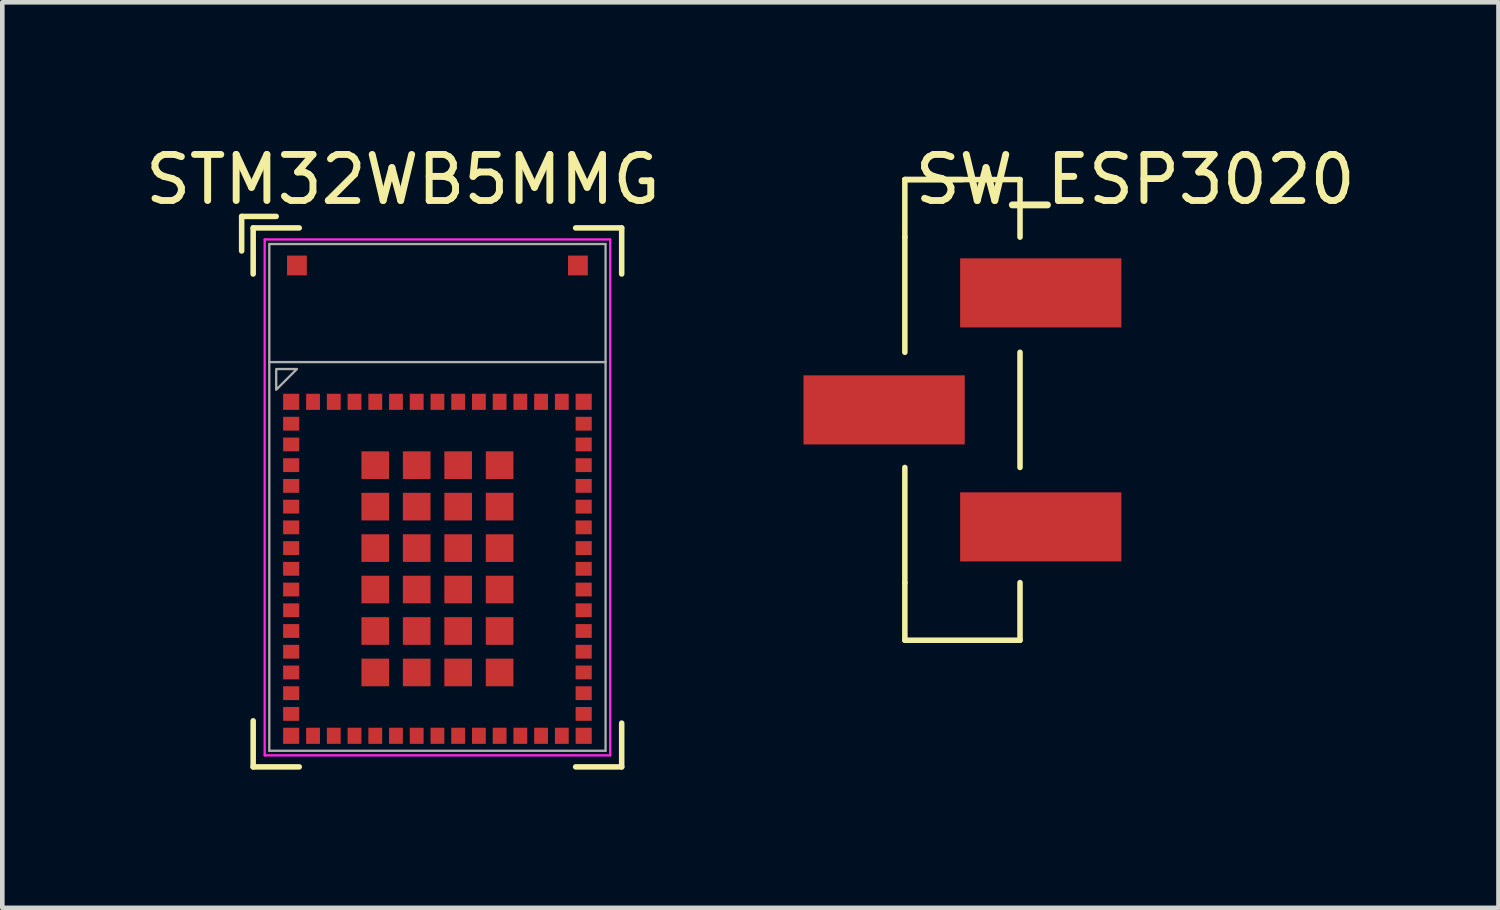
<source format=kicad_pcb>
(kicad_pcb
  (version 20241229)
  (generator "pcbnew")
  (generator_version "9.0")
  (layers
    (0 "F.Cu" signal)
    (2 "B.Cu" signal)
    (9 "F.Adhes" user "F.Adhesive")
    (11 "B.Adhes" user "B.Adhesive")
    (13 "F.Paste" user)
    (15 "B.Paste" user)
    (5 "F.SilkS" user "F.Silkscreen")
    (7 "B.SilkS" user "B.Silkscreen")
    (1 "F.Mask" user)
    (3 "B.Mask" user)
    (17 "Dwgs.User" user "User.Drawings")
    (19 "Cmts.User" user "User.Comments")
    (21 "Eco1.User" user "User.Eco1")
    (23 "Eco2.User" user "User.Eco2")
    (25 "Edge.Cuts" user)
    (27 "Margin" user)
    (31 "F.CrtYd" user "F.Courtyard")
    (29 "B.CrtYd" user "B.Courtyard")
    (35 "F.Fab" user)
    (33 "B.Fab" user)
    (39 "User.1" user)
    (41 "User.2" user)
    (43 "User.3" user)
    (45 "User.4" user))
  (footprint "STM32WB5MMG"
    (layer "F.Cu")
    (at 6.446 7.748)
    (property "Reference" "STM32WB5MMG" (at -0.75 -6.9 0) (layer "F.SilkS") (effects (font (size 1 1) (thickness 0.15))))
    (attr smd)
    (fp_line (start -4.25 -6.1) (end -4.25 -5.35) (stroke (width 0.12) (type solid)) (layer "F.SilkS"))
    (fp_line (start -4.25 -6.1) (end -3.5 -6.1) (stroke (width 0.12) (type solid)) (layer "F.SilkS"))
    (fp_line (start -4 -5.85) (end -4 -4.85) (stroke (width 0.12) (type solid)) (layer "F.SilkS"))
    (fp_line (start -4 -5.85) (end -3 -5.85) (stroke (width 0.12) (type solid)) (layer "F.SilkS"))
    (fp_line (start -4 5.85) (end -4 4.85) (stroke (width 0.12) (type solid)) (layer "F.SilkS"))
    (fp_line (start -4 5.85) (end -3 5.85) (stroke (width 0.12) (type solid)) (layer "F.SilkS"))
    (fp_line (start 4 -5.85) (end 3 -5.85) (stroke (width 0.12) (type solid)) (layer "F.SilkS"))
    (fp_line (start 4 -5.85) (end 4 -4.85) (stroke (width 0.12) (type solid)) (layer "F.SilkS"))
    (fp_line (start 4 5.85) (end 3 5.85) (stroke (width 0.12) (type solid)) (layer "F.SilkS"))
    (fp_line (start 4 5.85) (end 4 4.9) (stroke (width 0.12) (type solid)) (layer "F.SilkS"))
    (fp_line (start -3.75 -5.6) (end 3.75 -5.6) (stroke (width 0.05) (type solid)) (layer "F.CrtYd"))
    (fp_line (start -3.75 5.6) (end -3.75 -5.6) (stroke (width 0.05) (type solid)) (layer "F.CrtYd"))
    (fp_line (start 3.75 -5.6) (end 3.75 5.6) (stroke (width 0.05) (type solid)) (layer "F.CrtYd"))
    (fp_line (start 3.75 5.6) (end -3.75 5.6) (stroke (width 0.05) (type solid)) (layer "F.CrtYd"))
    (fp_line (start -3.65 -5.5) (end -3.65 5.5) (stroke (width 0.05) (type solid)) (layer "F.Fab"))
    (fp_line (start -3.65 -5.5) (end 3.65 -5.5) (stroke (width 0.05) (type solid)) (layer "F.Fab"))
    (fp_line (start -3.65 -2.937) (end 3.65 -2.937) (stroke (width 0.05) (type solid)) (layer "F.Fab"))
    (fp_line (start 3.65 -5.5) (end 3.65 5.5) (stroke (width 0.05) (type solid)) (layer "F.Fab"))
    (fp_line (start 3.65 5.5) (end -3.65 5.5) (stroke (width 0.05) (type solid)) (layer "F.Fab"))
    (fp_poly (pts (xy -3.5 -2.337) (xy -3.5 -2.787) (xy -3.05 -2.787)) (stroke (width 0.05) (type solid)) (fill no) (layer "F.Fab"))
    (pad "1" smd rect (at -3.175 -2.075) (size 0.35 0.35) (layers "F.Cu" "F.Mask" "F.Paste"))
    (pad "2" smd rect (at -3.175 -1.6) (size 0.35 0.3) (layers "F.Cu" "F.Mask" "F.Paste"))
    (pad "3" smd rect (at -3.175 -1.15) (size 0.35 0.3) (layers "F.Cu" "F.Mask" "F.Paste"))
    (pad "4" smd rect (at -3.175 -0.7) (size 0.35 0.3) (layers "F.Cu" "F.Mask" "F.Paste"))
    (pad "5" smd rect (at -3.175 -0.25) (size 0.35 0.3) (layers "F.Cu" "F.Mask" "F.Paste"))
    (pad "6" smd rect (at -3.175 0.2) (size 0.35 0.3) (layers "F.Cu" "F.Mask" "F.Paste"))
    (pad "7" smd rect (at -3.175 0.65) (size 0.35 0.3) (layers "F.Cu" "F.Mask" "F.Paste"))
    (pad "8" smd rect (at -3.175 1.1) (size 0.35 0.3) (layers "F.Cu" "F.Mask" "F.Paste"))
    (pad "9" smd rect (at -3.175 1.55) (size 0.35 0.3) (layers "F.Cu" "F.Mask" "F.Paste"))
    (pad "10" smd rect (at -3.175 2) (size 0.35 0.3) (layers "F.Cu" "F.Mask" "F.Paste"))
    (pad "11" smd rect (at -3.175 2.45) (size 0.35 0.3) (layers "F.Cu" "F.Mask" "F.Paste"))
    (pad "12" smd rect (at -3.175 2.9) (size 0.35 0.3) (layers "F.Cu" "F.Mask" "F.Paste"))
    (pad "13" smd rect (at -3.175 3.35) (size 0.35 0.3) (layers "F.Cu" "F.Mask" "F.Paste"))
    (pad "14" smd rect (at -3.175 3.8) (size 0.35 0.3) (layers "F.Cu" "F.Mask" "F.Paste"))
    (pad "15" smd rect (at -3.175 4.25) (size 0.35 0.3) (layers "F.Cu" "F.Mask" "F.Paste"))
    (pad "16" smd rect (at -3.175 4.7) (size 0.35 0.3) (layers "F.Cu" "F.Mask" "F.Paste"))
    (pad "17" smd rect (at -3.175 5.175) (size 0.35 0.35) (layers "F.Cu" "F.Mask" "F.Paste"))
    (pad "18" smd rect (at -2.7 5.175 90) (size 0.35 0.3) (layers "F.Cu" "F.Mask" "F.Paste"))
    (pad "19" smd rect (at -2.25 5.175 90) (size 0.35 0.3) (layers "F.Cu" "F.Mask" "F.Paste"))
    (pad "20" smd rect (at -1.8 5.175 90) (size 0.35 0.3) (layers "F.Cu" "F.Mask" "F.Paste"))
    (pad "21" smd rect (at -1.35 5.175 90) (size 0.35 0.3) (layers "F.Cu" "F.Mask" "F.Paste"))
    (pad "22" smd rect (at -0.9 5.175 90) (size 0.35 0.3) (layers "F.Cu" "F.Mask" "F.Paste"))
    (pad "23" smd rect (at -0.45 5.175 90) (size 0.35 0.3) (layers "F.Cu" "F.Mask" "F.Paste"))
    (pad "24" smd rect (at 0 5.175 90) (size 0.35 0.3) (layers "F.Cu" "F.Mask" "F.Paste"))
    (pad "25" smd rect (at 0.45 5.175 90) (size 0.35 0.3) (layers "F.Cu" "F.Mask" "F.Paste"))
    (pad "26" smd rect (at 0.9 5.175 90) (size 0.35 0.3) (layers "F.Cu" "F.Mask" "F.Paste"))
    (pad "27" smd rect (at 1.35 5.175 90) (size 0.35 0.3) (layers "F.Cu" "F.Mask" "F.Paste"))
    (pad "28" smd rect (at 1.8 5.175 90) (size 0.35 0.3) (layers "F.Cu" "F.Mask" "F.Paste"))
    (pad "29" smd rect (at 2.25 5.175 90) (size 0.35 0.3) (layers "F.Cu" "F.Mask" "F.Paste"))
    (pad "30" smd rect (at 2.7 5.175 90) (size 0.35 0.3) (layers "F.Cu" "F.Mask" "F.Paste"))
    (pad "31" smd rect (at 3.175 5.175 90) (size 0.35 0.35) (layers "F.Cu" "F.Mask" "F.Paste"))
    (pad "32" smd rect (at 3.175 4.7 180) (size 0.35 0.3) (layers "F.Cu" "F.Mask" "F.Paste"))
    (pad "33" smd rect (at 3.175 4.25 180) (size 0.35 0.3) (layers "F.Cu" "F.Mask" "F.Paste"))
    (pad "34" smd rect (at 3.175 3.8 180) (size 0.35 0.3) (layers "F.Cu" "F.Mask" "F.Paste"))
    (pad "35" smd rect (at 3.175 3.35 180) (size 0.35 0.3) (layers "F.Cu" "F.Mask" "F.Paste"))
    (pad "36" smd rect (at 3.175 2.9 180) (size 0.35 0.3) (layers "F.Cu" "F.Mask" "F.Paste"))
    (pad "37" smd rect (at 3.175 2.45 180) (size 0.35 0.3) (layers "F.Cu" "F.Mask" "F.Paste"))
    (pad "38" smd rect (at 3.175 2 180) (size 0.35 0.3) (layers "F.Cu" "F.Mask" "F.Paste"))
    (pad "39" smd rect (at 3.175 1.55 180) (size 0.35 0.3) (layers "F.Cu" "F.Mask" "F.Paste"))
    (pad "40" smd rect (at 3.175 1.1 180) (size 0.35 0.3) (layers "F.Cu" "F.Mask" "F.Paste"))
    (pad "41" smd rect (at 3.175 0.65 180) (size 0.35 0.3) (layers "F.Cu" "F.Mask" "F.Paste"))
    (pad "42" smd rect (at 3.175 0.2 180) (size 0.35 0.3) (layers "F.Cu" "F.Mask" "F.Paste"))
    (pad "43" smd rect (at 3.175 -0.25 180) (size 0.35 0.3) (layers "F.Cu" "F.Mask" "F.Paste"))
    (pad "44" smd rect (at 3.175 -0.7 180) (size 0.35 0.3) (layers "F.Cu" "F.Mask" "F.Paste"))
    (pad "45" smd rect (at 3.175 -1.15 180) (size 0.35 0.3) (layers "F.Cu" "F.Mask" "F.Paste"))
    (pad "46" smd rect (at 3.175 -1.6 180) (size 0.35 0.3) (layers "F.Cu" "F.Mask" "F.Paste"))
    (pad "47" smd rect (at 3.175 -2.075 180) (size 0.35 0.35) (layers "F.Cu" "F.Mask" "F.Paste"))
    (pad "48" smd rect (at 2.7 -2.075 270) (size 0.35 0.3) (layers "F.Cu" "F.Mask" "F.Paste"))
    (pad "49" smd rect (at 2.25 -2.075 270) (size 0.35 0.3) (layers "F.Cu" "F.Mask" "F.Paste"))
    (pad "50" smd rect (at 1.8 -2.075 270) (size 0.35 0.3) (layers "F.Cu" "F.Mask" "F.Paste"))
    (pad "51" smd rect (at 1.35 -2.075 270) (size 0.35 0.3) (layers "F.Cu" "F.Mask" "F.Paste"))
    (pad "52" smd rect (at 0.9 -2.075 270) (size 0.35 0.3) (layers "F.Cu" "F.Mask" "F.Paste"))
    (pad "53" smd rect (at 0.45 -2.075 270) (size 0.35 0.3) (layers "F.Cu" "F.Mask" "F.Paste"))
    (pad "54" smd rect (at 0 -2.075 270) (size 0.35 0.3) (layers "F.Cu" "F.Mask" "F.Paste"))
    (pad "55" smd rect (at -0.45 -2.075 270) (size 0.35 0.3) (layers "F.Cu" "F.Mask" "F.Paste"))
    (pad "56" smd rect (at -0.9 -2.075 270) (size 0.35 0.3) (layers "F.Cu" "F.Mask" "F.Paste"))
    (pad "57" smd rect (at -1.35 -2.075 270) (size 0.35 0.3) (layers "F.Cu" "F.Mask" "F.Paste"))
    (pad "58" smd rect (at -1.8 -2.075 270) (size 0.35 0.3) (layers "F.Cu" "F.Mask" "F.Paste"))
    (pad "59" smd rect (at -2.25 -2.075 270) (size 0.35 0.3) (layers "F.Cu" "F.Mask" "F.Paste"))
    (pad "60" smd rect (at -2.7 -2.075 270) (size 0.35 0.3) (layers "F.Cu" "F.Mask" "F.Paste"))
    (pad "61" smd rect (at -1.35 -0.7) (size 0.6 0.6) (layers "F.Cu" "F.Mask" "F.Paste"))
    (pad "62" smd rect (at -1.35 0.2) (size 0.6 0.6) (layers "F.Cu" "F.Mask" "F.Paste"))
    (pad "63" smd rect (at -1.35 1.1) (size 0.6 0.6) (layers "F.Cu" "F.Mask" "F.Paste"))
    (pad "64" smd rect (at -1.35 2) (size 0.6 0.6) (layers "F.Cu" "F.Mask" "F.Paste"))
    (pad "65" smd rect (at -1.35 2.9) (size 0.6 0.6) (layers "F.Cu" "F.Mask" "F.Paste"))
    (pad "66" smd rect (at -1.35 3.8) (size 0.6 0.6) (layers "F.Cu" "F.Mask" "F.Paste"))
    (pad "67" smd rect (at -0.45 3.8) (size 0.6 0.6) (layers "F.Cu" "F.Mask" "F.Paste"))
    (pad "68" smd rect (at 0.45 3.8) (size 0.6 0.6) (layers "F.Cu" "F.Mask" "F.Paste"))
    (pad "69" smd rect (at 1.35 3.8) (size 0.6 0.6) (layers "F.Cu" "F.Mask" "F.Paste"))
    (pad "70" smd rect (at 1.35 2.9) (size 0.6 0.6) (layers "F.Cu" "F.Mask" "F.Paste"))
    (pad "71" smd rect (at 1.35 2) (size 0.6 0.6) (layers "F.Cu" "F.Mask" "F.Paste"))
    (pad "72" smd rect (at 1.35 1.1) (size 0.6 0.6) (layers "F.Cu" "F.Mask" "F.Paste"))
    (pad "73" smd rect (at 1.35 0.2) (size 0.6 0.6) (layers "F.Cu" "F.Mask" "F.Paste"))
    (pad "74" smd rect (at 1.35 -0.7) (size 0.6 0.6) (layers "F.Cu" "F.Mask" "F.Paste"))
    (pad "75" smd rect (at 0.45 -0.7) (size 0.6 0.6) (layers "F.Cu" "F.Mask" "F.Paste"))
    (pad "76" smd rect (at -0.45 -0.7) (size 0.6 0.6) (layers "F.Cu" "F.Mask" "F.Paste"))
    (pad "77" smd rect (at -0.45 0.2) (size 0.6 0.6) (layers "F.Cu" "F.Mask" "F.Paste"))
    (pad "78" smd rect (at -0.45 1.1) (size 0.6 0.6) (layers "F.Cu" "F.Mask" "F.Paste"))
    (pad "79" smd rect (at -0.45 2) (size 0.6 0.6) (layers "F.Cu" "F.Mask" "F.Paste"))
    (pad "80" smd rect (at -0.45 2.9) (size 0.6 0.6) (layers "F.Cu" "F.Mask" "F.Paste"))
    (pad "81" smd rect (at 0.45 2.9) (size 0.6 0.6) (layers "F.Cu" "F.Mask" "F.Paste"))
    (pad "82" smd rect (at 0.45 2) (size 0.6 0.6) (layers "F.Cu" "F.Mask" "F.Paste"))
    (pad "83" smd rect (at 0.45 1.1) (size 0.6 0.6) (layers "F.Cu" "F.Mask" "F.Paste"))
    (pad "84" smd rect (at 0.45 0.2) (size 0.6 0.6) (layers "F.Cu" "F.Mask" "F.Paste"))
    (pad "85" smd rect (at -3.05 -5.035) (size 0.43 0.43) (layers "F.Cu" "F.Mask" "F.Paste"))
    (pad "86" smd rect (at 3.05 -5.035) (size 0.43 0.43) (layers "F.Cu" "F.Mask" "F.Paste")))
  (footprint "SW_ESP3020"
    (layer "F.Cu")
    (at 17.843 5.848)
    (property "Reference" "SW_ESP3020" (at 3.75 -5 0) (layer "F.SilkS") (effects (font (size 1 1) (thickness 0.15))))
    (attr smd exclude_from_pos_files exclude_from_bom)
    (fp_line (start -1.25 -5) (end -1.25 -3.75) (stroke (width 0.12) (type solid)) (layer "F.SilkS"))
    (fp_line (start -1.25 -5) (end 1.25 -5) (stroke (width 0.12) (type solid)) (layer "F.SilkS"))
    (fp_line (start -1.25 -1.25) (end -1.25 -3.75) (stroke (width 0.12) (type solid)) (layer "F.SilkS"))
    (fp_line (start -1.25 3.75) (end -1.25 1.25) (stroke (width 0.12) (type solid)) (layer "F.SilkS"))
    (fp_line (start -1.25 5) (end -1.25 3.75) (stroke (width 0.12) (type solid)) (layer "F.SilkS"))
    (fp_line (start 0 -5) (end -1.25 -5) (stroke (width 0.12) (type solid)) (layer "F.SilkS"))
    (fp_line (start 1.25 -5) (end 1.25 -3.75) (stroke (width 0.12) (type solid)) (layer "F.SilkS"))
    (fp_line (start 1.25 -1.25) (end 1.25 1.25) (stroke (width 0.12) (type solid)) (layer "F.SilkS"))
    (fp_line (start 1.25 5) (end -1.25 5) (stroke (width 0.12) (type solid)) (layer "F.SilkS"))
    (fp_line (start 1.25 5) (end 1.25 3.75) (stroke (width 0.12) (type solid)) (layer "F.SilkS"))
    (pad "1" smd rect (at 1.7 -2.54) (size 3.5 1.5) (layers "F.Cu" "F.Mask" "F.Paste"))
    (pad "2" smd rect (at -1.7 0) (size 3.5 1.5) (layers "F.Cu" "F.Mask" "F.Paste"))
    (pad "3" smd rect (at 1.7 2.54) (size 3.5 1.5) (layers "F.Cu" "F.Mask" "F.Paste")))
  (gr_rect
    (start -3 -3)
    (end 29.48 16.658)
    (stroke (width 0.1) (type default))
    (fill no)
    (layer "Edge.Cuts")))
</source>
